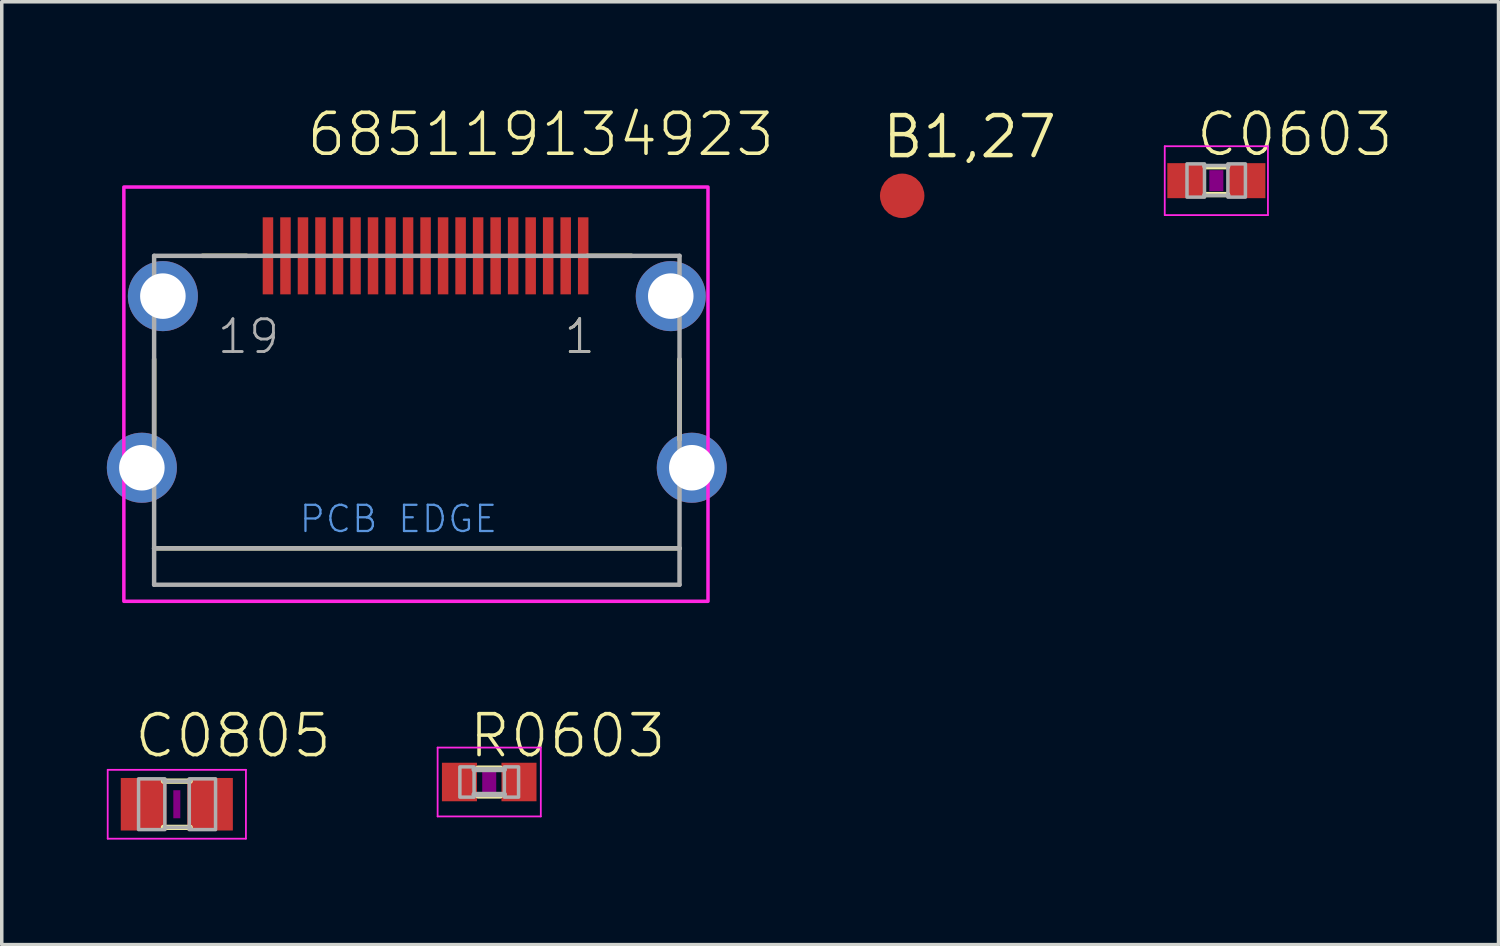
<source format=kicad_pcb>
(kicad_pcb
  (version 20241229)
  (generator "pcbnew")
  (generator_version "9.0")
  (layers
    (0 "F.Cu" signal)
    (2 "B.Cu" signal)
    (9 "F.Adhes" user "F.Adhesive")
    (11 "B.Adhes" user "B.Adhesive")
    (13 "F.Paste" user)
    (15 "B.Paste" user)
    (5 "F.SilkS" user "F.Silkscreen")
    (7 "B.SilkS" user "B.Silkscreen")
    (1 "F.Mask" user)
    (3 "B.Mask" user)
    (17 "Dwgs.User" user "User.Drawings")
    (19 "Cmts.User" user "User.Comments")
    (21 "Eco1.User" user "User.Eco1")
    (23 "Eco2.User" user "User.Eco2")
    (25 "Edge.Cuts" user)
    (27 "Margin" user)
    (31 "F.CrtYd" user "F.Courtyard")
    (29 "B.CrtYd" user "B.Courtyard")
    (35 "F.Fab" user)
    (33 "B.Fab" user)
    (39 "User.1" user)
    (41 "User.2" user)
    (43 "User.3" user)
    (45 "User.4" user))
  (footprint "B1,27"
    (layer "F.Cu")
    (at 22.707 2.54)
    (property "Reference" "B1,27" (at -0.635 -1.016 0) (layer "F.SilkS") (effects (font (size 1.143 1.143) (thickness 0.127)) (justify left bottom)))
    (attr exclude_from_pos_files exclude_from_bom)
    (pad "TP" smd roundrect (at 0 0) (size 1.27 1.27) (property pad_prop_testpoint) (layers "F.Cu" "F.Mask") (roundrect_rratio 0.5)))
  (footprint "C0805"
    (layer "F.Cu")
    (at 1.998 19.911)
    (property "Reference" "C0805" (at -1.27 -1.27 0) (layer "F.SilkS") (effects (font (size 1.168 1.168) (thickness 0.102)) (justify left bottom)))
    (fp_line (start -0.381 -0.66) (end 0.381 -0.66) (stroke (width 0.152) (type solid)) (layer "F.SilkS"))
    (fp_line (start -0.381 0.66) (end 0.381 0.66) (stroke (width 0.152) (type solid)) (layer "F.SilkS"))
    (fp_poly (pts (xy -0.1 0.4) (xy 0.1 0.4) (xy 0.1 -0.4) (xy -0.1 -0.4)) (stroke (width 0) (type solid)) (fill yes) (layer "F.Adhes"))
    (fp_line (start -1.973 -0.983) (end 1.973 -0.983) (stroke (width 0.051) (type solid)) (layer "F.CrtYd"))
    (fp_line (start -1.973 0.983) (end -1.973 -0.983) (stroke (width 0.051) (type solid)) (layer "F.CrtYd"))
    (fp_line (start 1.973 -0.983) (end 1.973 0.983) (stroke (width 0.051) (type solid)) (layer "F.CrtYd"))
    (fp_line (start 1.973 0.983) (end -1.973 0.983) (stroke (width 0.051) (type solid)) (layer "F.CrtYd"))
    (fp_line (start -0.381 -0.66) (end 0.381 -0.66) (stroke (width 0.102) (type solid)) (layer "F.Fab"))
    (fp_line (start -0.356 0.66) (end 0.381 0.66) (stroke (width 0.102) (type solid)) (layer "F.Fab"))
    (fp_poly (pts (xy -1.092 0.724) (xy -0.342 0.724) (xy -0.342 -0.726) (xy -1.092 -0.726)) (stroke (width 0.1) (type solid)) (fill no) (layer "F.Fab"))
    (fp_poly (pts (xy 0.356 0.724) (xy 1.106 0.724) (xy 1.106 -0.726) (xy 0.356 -0.726)) (stroke (width 0.1) (type solid)) (fill no) (layer "F.Fab"))
    (pad "1" smd rect (at -0.95 0) (size 1.3 1.5) (layers "F.Cu" "F.Mask" "F.Paste"))
    (pad "2" smd rect (at 0.95 0) (size 1.3 1.5) (layers "F.Cu" "F.Mask" "F.Paste")))
  (footprint "685119134923"
    (layer "F.Cu")
    (at 8.85 4.404)
    (property "Reference" "685119134923" (at -3.202 -2.931 0) (layer "F.SilkS") (effects (font (size 1.168 1.168) (thickness 0.102)) (justify left bottom)))
    (fp_poly (pts (xy -4.45 1.05) (xy -4.05 1.05) (xy -4.05 -1.35) (xy -4.45 -1.35)) (stroke (width 0) (type solid)) (fill yes) (layer "F.Mask"))
    (fp_poly (pts (xy -3.95 1.05) (xy -3.55 1.05) (xy -3.55 -1.35) (xy -3.95 -1.35)) (stroke (width 0) (type solid)) (fill yes) (layer "F.Mask"))
    (fp_poly (pts (xy -3.45 1.05) (xy -3.05 1.05) (xy -3.05 -1.35) (xy -3.45 -1.35)) (stroke (width 0) (type solid)) (fill yes) (layer "F.Mask"))
    (fp_poly (pts (xy -2.95 1.05) (xy -2.55 1.05) (xy -2.55 -1.35) (xy -2.95 -1.35)) (stroke (width 0) (type solid)) (fill yes) (layer "F.Mask"))
    (fp_poly (pts (xy -2.45 1.05) (xy -2.05 1.05) (xy -2.05 -1.35) (xy -2.45 -1.35)) (stroke (width 0) (type solid)) (fill yes) (layer "F.Mask"))
    (fp_poly (pts (xy -1.95 1.05) (xy -1.55 1.05) (xy -1.55 -1.35) (xy -1.95 -1.35)) (stroke (width 0) (type solid)) (fill yes) (layer "F.Mask"))
    (fp_poly (pts (xy -1.45 1.05) (xy -1.05 1.05) (xy -1.05 -1.35) (xy -1.45 -1.35)) (stroke (width 0) (type solid)) (fill yes) (layer "F.Mask"))
    (fp_poly (pts (xy -0.95 1.05) (xy -0.55 1.05) (xy -0.55 -1.35) (xy -0.95 -1.35)) (stroke (width 0) (type solid)) (fill yes) (layer "F.Mask"))
    (fp_poly (pts (xy -0.45 1.05) (xy -0.05 1.05) (xy -0.05 -1.35) (xy -0.45 -1.35)) (stroke (width 0) (type solid)) (fill yes) (layer "F.Mask"))
    (fp_poly (pts (xy 0.05 1.05) (xy 0.45 1.05) (xy 0.45 -1.35) (xy 0.05 -1.35)) (stroke (width 0) (type solid)) (fill yes) (layer "F.Mask"))
    (fp_poly (pts (xy 0.55 1.05) (xy 0.95 1.05) (xy 0.95 -1.35) (xy 0.55 -1.35)) (stroke (width 0) (type solid)) (fill yes) (layer "F.Mask"))
    (fp_poly (pts (xy 1.05 1.05) (xy 1.45 1.05) (xy 1.45 -1.35) (xy 1.05 -1.35)) (stroke (width 0) (type solid)) (fill yes) (layer "F.Mask"))
    (fp_poly (pts (xy 1.55 1.05) (xy 1.95 1.05) (xy 1.95 -1.35) (xy 1.55 -1.35)) (stroke (width 0) (type solid)) (fill yes) (layer "F.Mask"))
    (fp_poly (pts (xy 2.05 1.05) (xy 2.45 1.05) (xy 2.45 -1.35) (xy 2.05 -1.35)) (stroke (width 0) (type solid)) (fill yes) (layer "F.Mask"))
    (fp_poly (pts (xy 2.55 1.05) (xy 2.95 1.05) (xy 2.95 -1.35) (xy 2.55 -1.35)) (stroke (width 0) (type solid)) (fill yes) (layer "F.Mask"))
    (fp_poly (pts (xy 3.05 1.05) (xy 3.45 1.05) (xy 3.45 -1.35) (xy 3.05 -1.35)) (stroke (width 0) (type solid)) (fill yes) (layer "F.Mask"))
    (fp_poly (pts (xy 3.55 1.05) (xy 3.95 1.05) (xy 3.95 -1.35) (xy 3.55 -1.35)) (stroke (width 0) (type solid)) (fill yes) (layer "F.Mask"))
    (fp_poly (pts (xy 4.05 1.05) (xy 4.45 1.05) (xy 4.45 -1.35) (xy 4.05 -1.35)) (stroke (width 0) (type solid)) (fill yes) (layer "F.Mask"))
    (fp_poly (pts (xy 4.55 1.05) (xy 4.95 1.05) (xy 4.95 -1.35) (xy 4.55 -1.35)) (stroke (width 0) (type solid)) (fill yes) (layer "F.Mask"))
    (fp_line (start -7.5 2.8) (end -7.5 5.1) (stroke (width 0.127) (type solid)) (layer "F.SilkS"))
    (fp_line (start -7.5 8.2) (end 7.5 8.2) (stroke (width 0.127) (type solid)) (layer "F.SilkS"))
    (fp_line (start -6.12 -0.15) (end -4.86 -0.15) (stroke (width 0.127) (type solid)) (layer "F.SilkS"))
    (fp_line (start 4.87 -0.15) (end 6.13 -0.15) (stroke (width 0.127) (type solid)) (layer "F.SilkS"))
    (fp_line (start 7.5 2.8) (end 7.5 5.1) (stroke (width 0.127) (type solid)) (layer "F.SilkS"))
    (fp_poly (pts (xy 8.313 9.713) (xy -8.364 9.713) (xy -8.364 -2.114) (xy 8.313 -2.114)) (stroke (width 0.1) (type solid)) (fill no) (layer "F.CrtYd"))
    (fp_line (start -7.5 -0.15) (end 7.5 -0.15) (stroke (width 0.127) (type solid)) (layer "F.Fab"))
    (fp_line (start -7.5 8.2) (end -7.5 -0.15) (stroke (width 0.127) (type solid)) (layer "F.Fab"))
    (fp_line (start -7.5 8.2) (end -7.5 9.24) (stroke (width 0.127) (type solid)) (layer "F.Fab"))
    (fp_line (start -7.5 9.24) (end 7.5 9.24) (stroke (width 0.127) (type solid)) (layer "F.Fab"))
    (fp_line (start 7.5 -0.15) (end 7.5 8.2) (stroke (width 0.127) (type solid)) (layer "F.Fab"))
    (fp_line (start 7.5 8.2) (end -7.5 8.2) (stroke (width 0.127) (type solid)) (layer "F.Fab"))
    (fp_line (start 7.5 9.24) (end 7.5 8.2) (stroke (width 0.127) (type solid)) (layer "F.Fab"))
    (fp_text user "1" (at 4.15 2.7 0) (layer "F.SilkS") (effects (font (size 0.935 0.935) (thickness 0.081)) (justify left bottom)))
    (fp_text user "PCB EDGE" (at -3.4 7.8 0) (layer "Cmts.User") (effects (font (size 0.748 0.748) (thickness 0.065)) (justify left bottom)))
    (fp_text user "19" (at -5.75 2.7 0) (layer "F.Fab") (effects (font (size 0.935 0.935) (thickness 0.081)) (justify left bottom)))
    (fp_text user "1" (at 4.15 2.7 0) (layer "F.Fab") (effects (font (size 0.935 0.935) (thickness 0.081)) (justify left bottom)))
    (pad "1" smd rect (at 4.75 -0.15 180) (size 0.3 2.2) (layers "F.Cu" "F.Paste"))
    (pad "2" smd rect (at 4.25 -0.15 180) (size 0.3 2.2) (layers "F.Cu" "F.Paste"))
    (pad "3" smd rect (at 3.75 -0.15 180) (size 0.3 2.2) (layers "F.Cu" "F.Paste"))
    (pad "4" smd rect (at 3.25 -0.15 180) (size 0.3 2.2) (layers "F.Cu" "F.Paste"))
    (pad "5" smd rect (at 2.75 -0.15 180) (size 0.3 2.2) (layers "F.Cu" "F.Paste"))
    (pad "6" smd rect (at 2.25 -0.15 180) (size 0.3 2.2) (layers "F.Cu" "F.Paste"))
    (pad "7" smd rect (at 1.75 -0.15 180) (size 0.3 2.2) (layers "F.Cu" "F.Paste"))
    (pad "8" smd rect (at 1.25 -0.15 180) (size 0.3 2.2) (layers "F.Cu" "F.Paste"))
    (pad "9" smd rect (at 0.75 -0.15 180) (size 0.3 2.2) (layers "F.Cu" "F.Paste"))
    (pad "10" smd rect (at 0.25 -0.15 180) (size 0.3 2.2) (layers "F.Cu" "F.Paste"))
    (pad "11" smd rect (at -0.25 -0.15 180) (size 0.3 2.2) (layers "F.Cu" "F.Paste"))
    (pad "12" smd rect (at -0.75 -0.15 180) (size 0.3 2.2) (layers "F.Cu" "F.Paste"))
    (pad "13" smd rect (at -1.25 -0.15 180) (size 0.3 2.2) (layers "F.Cu" "F.Paste"))
    (pad "14" smd rect (at -1.75 -0.15 180) (size 0.3 2.2) (layers "F.Cu" "F.Paste"))
    (pad "15" smd rect (at -2.25 -0.15 180) (size 0.3 2.2) (layers "F.Cu" "F.Paste"))
    (pad "16" smd rect (at -2.75 -0.15 180) (size 0.3 2.2) (layers "F.Cu" "F.Paste"))
    (pad "17" smd rect (at -3.25 -0.15 180) (size 0.3 2.2) (layers "F.Cu" "F.Paste"))
    (pad "18" smd rect (at -3.75 -0.15 180) (size 0.3 2.2) (layers "F.Cu" "F.Paste"))
    (pad "19" smd rect (at -4.25 -0.15 180) (size 0.3 2.2) (layers "F.Cu" "F.Paste"))
    (pad "SHELL" thru_hole circle (at -7.25 1 90) (size 2 2) (drill 1.3) (layers "*.Cu" "*.Mask"))
    (pad "SHELL1" thru_hole circle (at 7.25 1 90) (size 2 2) (drill 1.3) (layers "*.Cu" "*.Mask"))
    (pad "SHELL2" thru_hole circle (at -7.85 5.9 90) (size 2 2) (drill 1.3) (layers "*.Cu" "*.Mask"))
    (pad "SHELL3" thru_hole circle (at 7.85 5.9 90) (size 2 2) (drill 1.3) (layers "*.Cu" "*.Mask")))
  (footprint "C0603"
    (layer "F.Cu")
    (at 31.676 2.108)
    (property "Reference" "C0603" (at -0.635 -0.635 0) (layer "F.SilkS") (effects (font (size 1.168 1.168) (thickness 0.102)) (justify left bottom)))
    (fp_line (start -0.318 -0.397) (end 0.318 -0.397) (stroke (width 0.152) (type solid)) (layer "F.SilkS"))
    (fp_line (start -0.318 0.397) (end 0.318 0.397) (stroke (width 0.152) (type solid)) (layer "F.SilkS"))
    (fp_poly (pts (xy -0.2 0.3) (xy 0.2 0.3) (xy 0.2 -0.3) (xy -0.2 -0.3)) (stroke (width 0) (type solid)) (fill yes) (layer "F.Adhes"))
    (fp_line (start -1.473 -0.983) (end 1.473 -0.983) (stroke (width 0.051) (type solid)) (layer "F.CrtYd"))
    (fp_line (start -1.473 0.983) (end -1.473 -0.983) (stroke (width 0.051) (type solid)) (layer "F.CrtYd"))
    (fp_line (start 1.473 -0.983) (end 1.473 0.983) (stroke (width 0.051) (type solid)) (layer "F.CrtYd"))
    (fp_line (start 1.473 0.983) (end -1.473 0.983) (stroke (width 0.051) (type solid)) (layer "F.CrtYd"))
    (fp_line (start -0.356 -0.432) (end 0.356 -0.432) (stroke (width 0.102) (type solid)) (layer "F.Fab"))
    (fp_line (start -0.356 0.419) (end 0.356 0.419) (stroke (width 0.102) (type solid)) (layer "F.Fab"))
    (fp_poly (pts (xy -0.838 0.47) (xy -0.338 0.47) (xy -0.338 -0.48) (xy -0.838 -0.48)) (stroke (width 0.1) (type solid)) (fill no) (layer "F.Fab"))
    (fp_poly (pts (xy 0.33 0.47) (xy 0.83 0.47) (xy 0.83 -0.48) (xy 0.33 -0.48)) (stroke (width 0.1) (type solid)) (fill no) (layer "F.Fab"))
    (pad "1" smd rect (at -0.85 0) (size 1.1 1) (layers "F.Cu" "F.Mask" "F.Paste"))
    (pad "2" smd rect (at 0.85 0) (size 1.1 1) (layers "F.Cu" "F.Mask" "F.Paste")))
  (footprint "R0603"
    (layer "F.Cu")
    (at 10.917 19.276)
    (property "Reference" "R0603" (at -0.635 -0.635 0) (layer "F.SilkS") (effects (font (size 1.168 1.168) (thickness 0.102)) (justify left bottom)))
    (fp_line (start -0.318 -0.397) (end 0.318 -0.397) (stroke (width 0.152) (type solid)) (layer "F.SilkS"))
    (fp_line (start -0.318 0.397) (end 0.318 0.397) (stroke (width 0.152) (type solid)) (layer "F.SilkS"))
    (fp_poly (pts (xy -0.2 0.4) (xy 0.2 0.4) (xy 0.2 -0.4) (xy -0.2 -0.4)) (stroke (width 0) (type solid)) (fill yes) (layer "F.Adhes"))
    (fp_line (start -1.473 -0.983) (end 1.473 -0.983) (stroke (width 0.051) (type solid)) (layer "F.CrtYd"))
    (fp_line (start -1.473 0.983) (end -1.473 -0.983) (stroke (width 0.051) (type solid)) (layer "F.CrtYd"))
    (fp_line (start 1.473 -0.983) (end 1.473 0.983) (stroke (width 0.051) (type solid)) (layer "F.CrtYd"))
    (fp_line (start 1.473 0.983) (end -1.473 0.983) (stroke (width 0.051) (type solid)) (layer "F.CrtYd"))
    (fp_line (start -0.432 0.356) (end 0.432 0.356) (stroke (width 0.152) (type solid)) (layer "F.Fab"))
    (fp_line (start 0.432 -0.356) (end -0.432 -0.356) (stroke (width 0.152) (type solid)) (layer "F.Fab"))
    (fp_poly (pts (xy -0.838 0.432) (xy -0.432 0.432) (xy -0.432 -0.432) (xy -0.838 -0.432)) (stroke (width 0.1) (type solid)) (fill no) (layer "F.Fab"))
    (fp_poly (pts (xy 0.432 0.432) (xy 0.838 0.432) (xy 0.838 -0.432) (xy 0.432 -0.432)) (stroke (width 0.1) (type solid)) (fill no) (layer "F.Fab"))
    (pad "1" smd rect (at -0.85 0) (size 1 1.1) (layers "F.Cu" "F.Mask" "F.Paste"))
    (pad "2" smd rect (at 0.85 0) (size 1 1.1) (layers "F.Cu" "F.Mask" "F.Paste")))
  (gr_rect
    (start -3 -3)
    (end 39.732 23.919)
    (stroke (width 0.1) (type default))
    (fill no)
    (layer "Edge.Cuts")))
</source>
